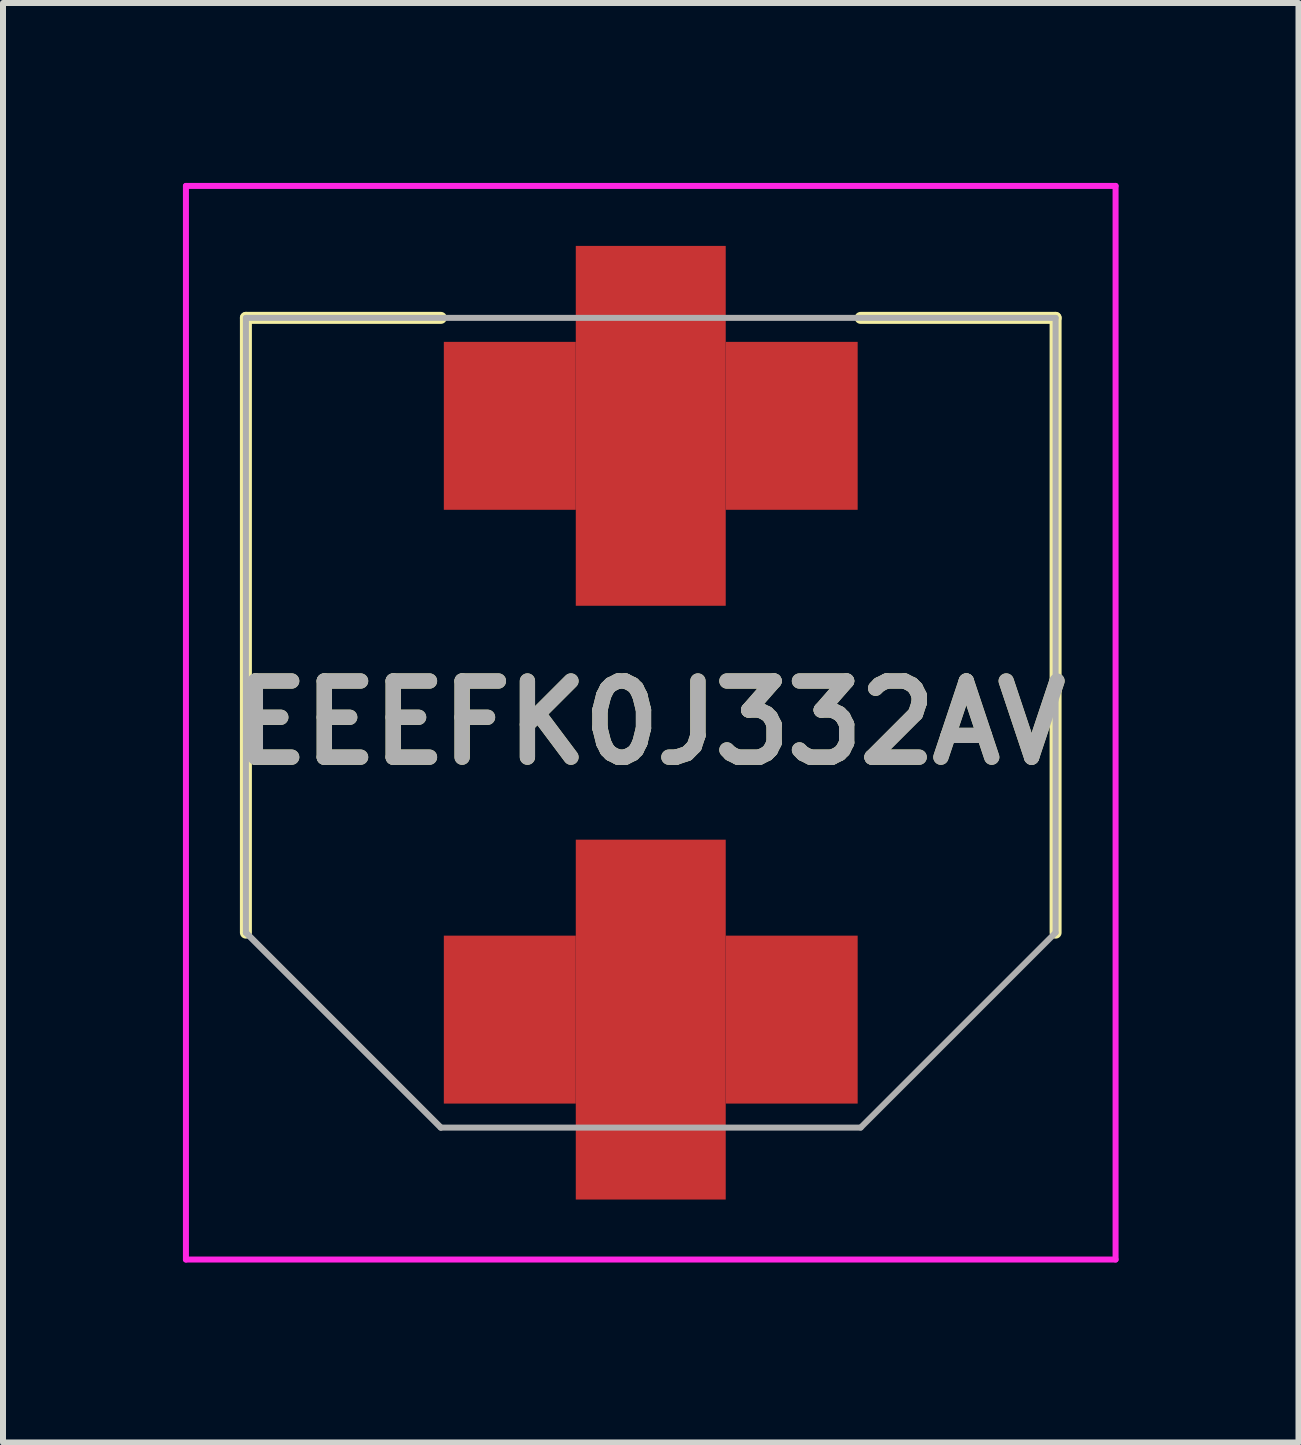
<source format=kicad_pcb>
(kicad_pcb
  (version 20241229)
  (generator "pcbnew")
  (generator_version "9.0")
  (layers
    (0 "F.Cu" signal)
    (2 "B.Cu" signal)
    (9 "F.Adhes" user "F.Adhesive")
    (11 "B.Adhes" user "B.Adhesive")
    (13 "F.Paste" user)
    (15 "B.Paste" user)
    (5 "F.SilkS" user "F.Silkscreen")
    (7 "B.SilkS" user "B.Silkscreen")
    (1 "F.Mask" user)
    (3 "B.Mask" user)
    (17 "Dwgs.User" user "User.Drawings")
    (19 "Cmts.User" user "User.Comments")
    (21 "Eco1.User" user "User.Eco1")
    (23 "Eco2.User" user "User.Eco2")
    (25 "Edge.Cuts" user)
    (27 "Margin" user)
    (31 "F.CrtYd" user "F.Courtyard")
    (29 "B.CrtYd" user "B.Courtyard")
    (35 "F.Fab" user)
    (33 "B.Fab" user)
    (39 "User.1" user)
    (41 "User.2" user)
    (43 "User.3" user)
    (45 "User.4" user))
  (footprint "EEEFK0J332AV"
    (layer "F.Cu")
    (at 7.8 9)
    (property "Reference" "EEEFK0J332AV" (at 0 0 0) (layer "F.SilkS") (effects (font (size 1.27 1.27) (thickness 0.254))))
    (attr smd)
    (fp_line (start -6.75 -6.75) (end -3.5 -6.75) (stroke (width 0.2) (type solid)) (layer "F.SilkS"))
    (fp_line (start -6.75 3.5) (end -6.75 -6.75) (stroke (width 0.2) (type solid)) (layer "F.SilkS"))
    (fp_line (start 6.75 -6.75) (end 3.5 -6.75) (stroke (width 0.2) (type solid)) (layer "F.SilkS"))
    (fp_line (start 6.75 3.5) (end 6.75 -6.75) (stroke (width 0.2) (type solid)) (layer "F.SilkS"))
    (fp_line (start -7.75 -8.95) (end 7.75 -8.95) (stroke (width 0.1) (type solid)) (layer "F.CrtYd"))
    (fp_line (start -7.75 8.95) (end -7.75 -8.95) (stroke (width 0.1) (type solid)) (layer "F.CrtYd"))
    (fp_line (start 7.75 -8.95) (end 7.75 8.95) (stroke (width 0.1) (type solid)) (layer "F.CrtYd"))
    (fp_line (start 7.75 8.95) (end -7.75 8.95) (stroke (width 0.1) (type solid)) (layer "F.CrtYd"))
    (fp_line (start -6.75 -6.75) (end 6.75 -6.75) (stroke (width 0.1) (type solid)) (layer "F.Fab"))
    (fp_line (start -6.75 3.5) (end -6.75 -6.75) (stroke (width 0.1) (type solid)) (layer "F.Fab"))
    (fp_line (start -3.5 6.75) (end -6.75 3.5) (stroke (width 0.1) (type solid)) (layer "F.Fab"))
    (fp_line (start -3.5 6.75) (end -6.75 3.5) (stroke (width 0.1) (type solid)) (layer "F.Fab"))
    (fp_line (start 3.5 6.75) (end -3.5 6.75) (stroke (width 0.1) (type solid)) (layer "F.Fab"))
    (fp_line (start 6.75 -6.75) (end 6.75 3.5) (stroke (width 0.1) (type solid)) (layer "F.Fab"))
    (fp_line (start 6.75 3.5) (end 3.5 6.75) (stroke (width 0.1) (type solid)) (layer "F.Fab"))
    (fp_text user "${REFERENCE}" (at 0 0 0) (layer "F.Fab") (effects (font (size 1.27 1.27) (thickness 0.254))))
    (pad "1" smd rect (at 0 4.95) (size 2.5 6) (layers "F.Cu" "F.Mask" "F.Paste"))
    (pad "2" smd rect (at 0 -4.95) (size 2.5 6) (layers "F.Cu" "F.Mask" "F.Paste"))
    (pad "3" smd rect (at -2.35 4.95) (size 2.2 2.8) (layers "F.Cu" "F.Mask" "F.Paste"))
    (pad "4" smd rect (at 2.35 4.95) (size 2.2 2.8) (layers "F.Cu" "F.Mask" "F.Paste"))
    (pad "5" smd rect (at -2.35 -4.95) (size 2.2 2.8) (layers "F.Cu" "F.Mask" "F.Paste"))
    (pad "6" smd rect (at 2.35 -4.95) (size 2.2 2.8) (layers "F.Cu" "F.Mask" "F.Paste")))
  (gr_rect
    (start -3 -3)
    (end 18.6 21)
    (stroke (width 0.1) (type default))
    (fill no)
    (layer "Edge.Cuts")))
</source>
